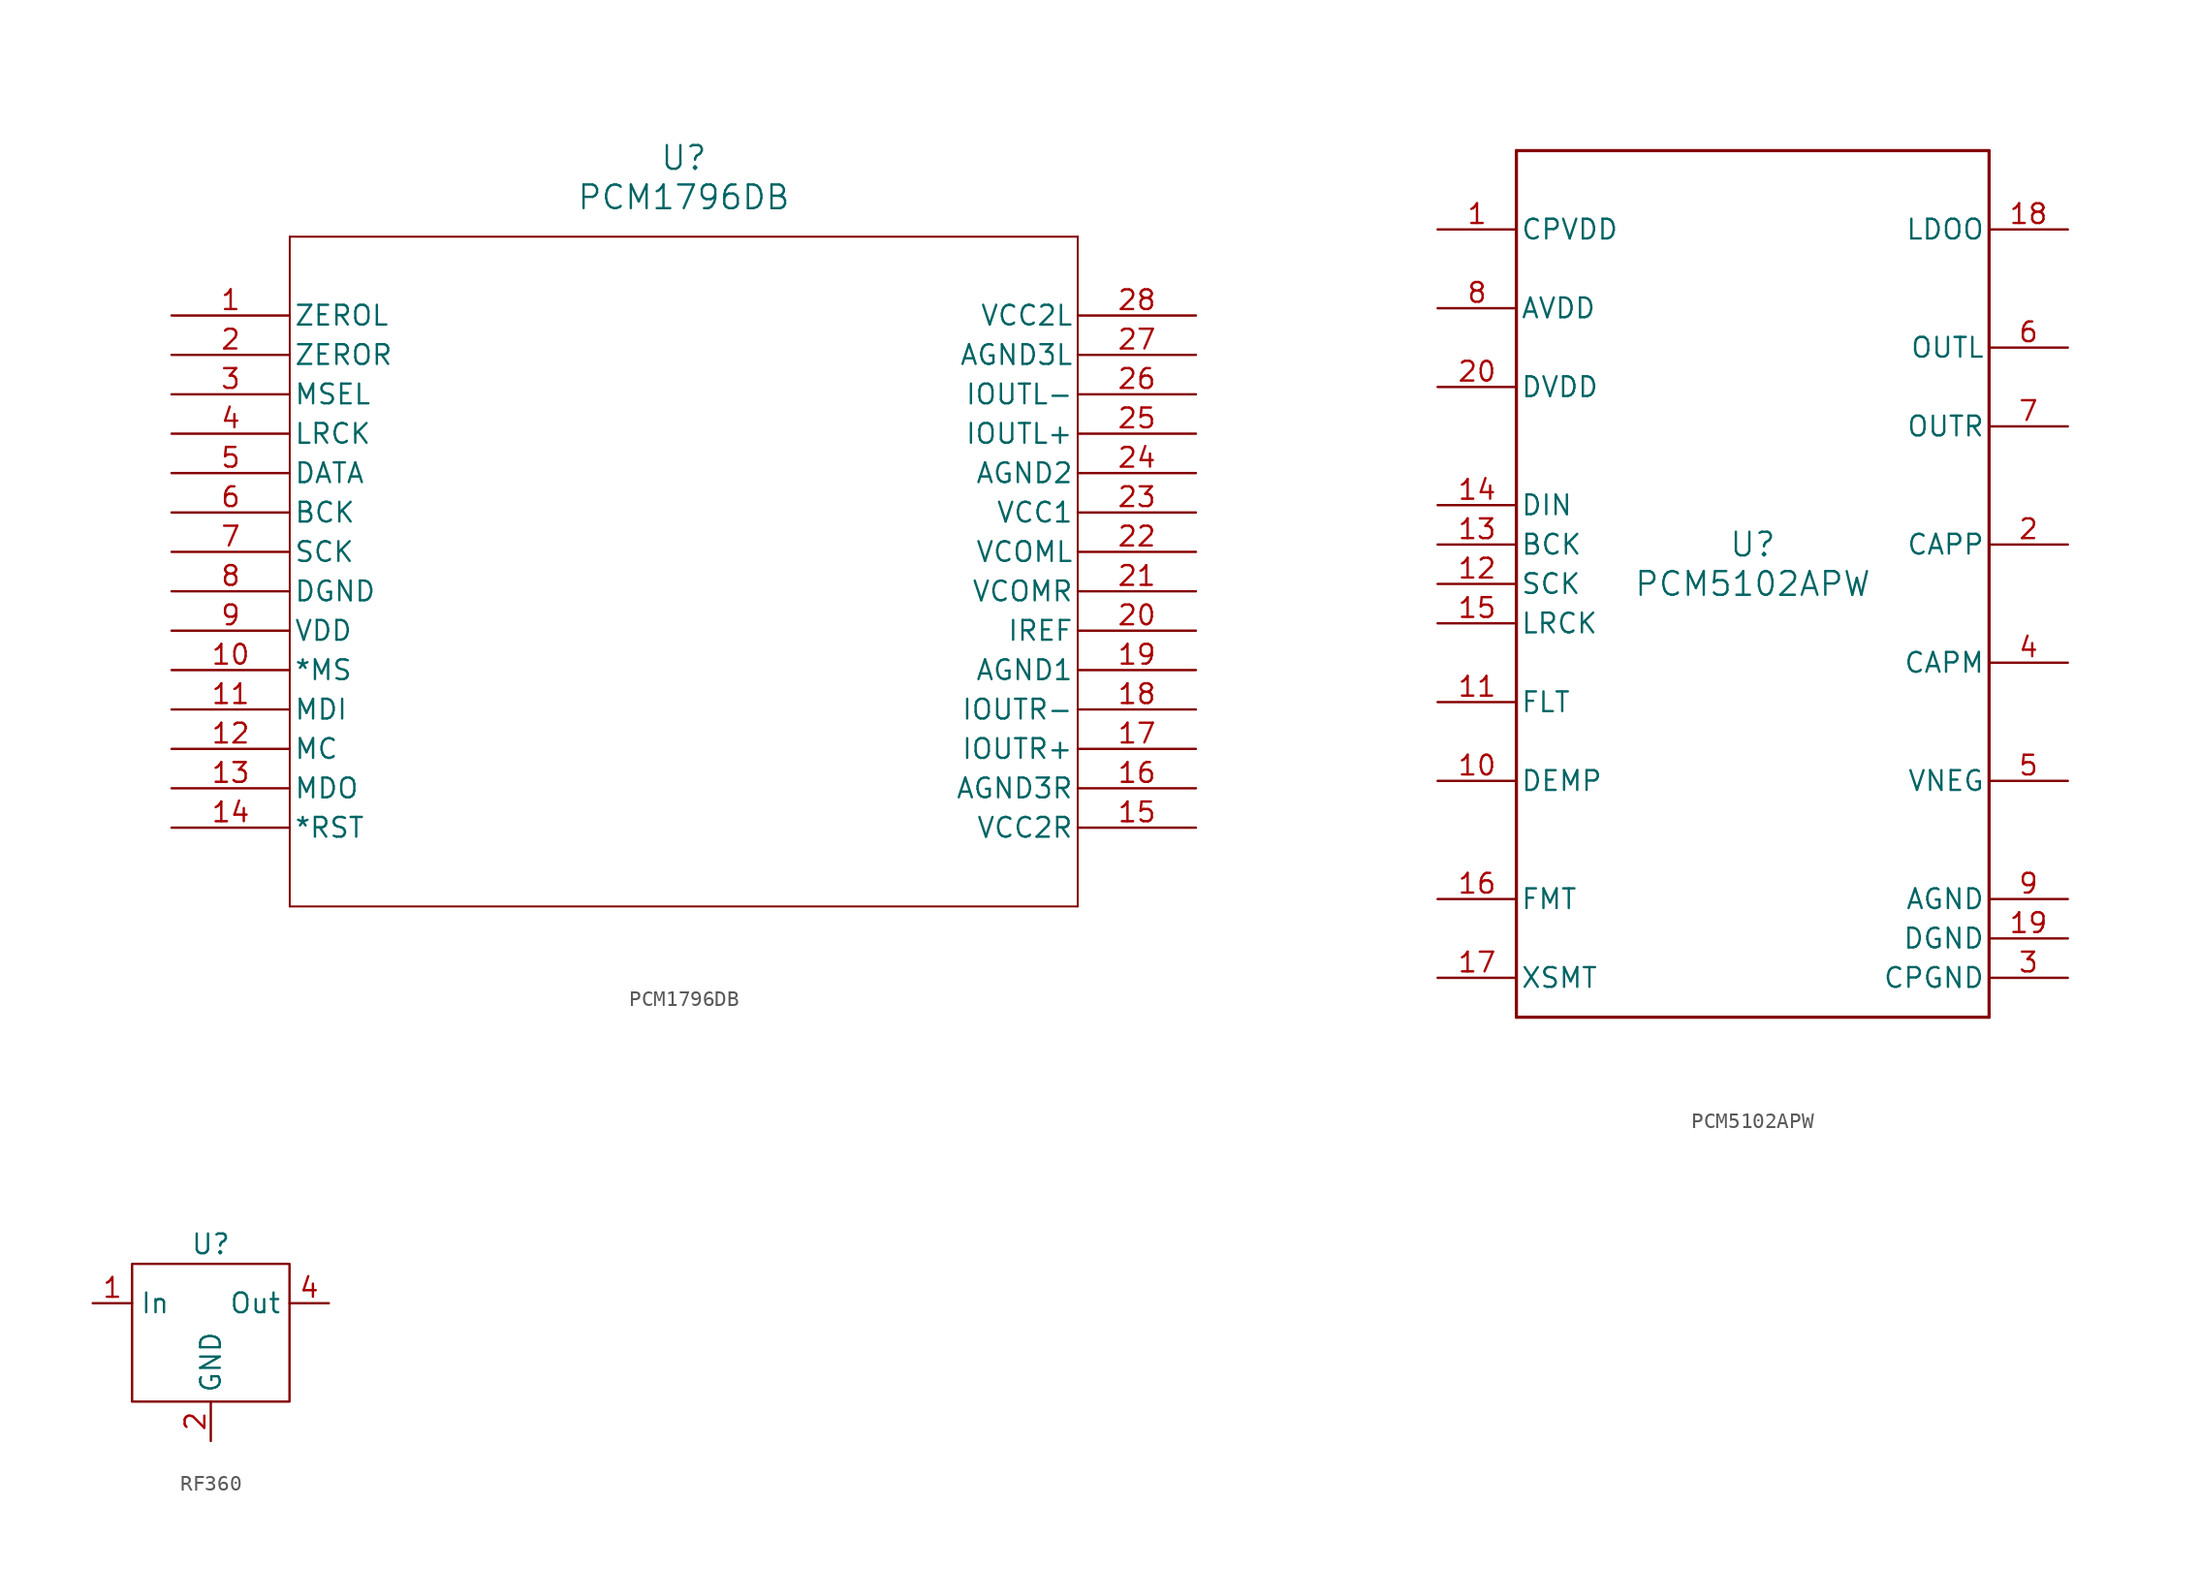
<source format=kicad_sym>
(kicad_symbol_lib
  (version 20241209)
  (generator "kicad_symbol_editor")
  (generator_version "9.0")
  (symbol "PCM1796DB"
    (pin_names
      (offset 0.254))
    (property "Reference" "U"
      (at 33.02 10.16 0)
      (effects (font (size 1.524 1.524))))
    (property "Value" "PCM1796DB"
      (at 33.02 7.62 0)
      (effects (font (size 1.524 1.524))))
    (property "ki_locked" ""
      (at 0 0 0)
      (effects (font (size 1.27 1.27))))
    (symbol "PCM1796DB_0_1"
      (polyline (pts (xy 7.62 5.08) (xy 7.62 -38.1)) (stroke (width 0.127) (type default)) (fill (type none)))
      (polyline (pts (xy 7.62 -38.1) (xy 58.42 -38.1)) (stroke (width 0.127) (type default)) (fill (type none)))
      (polyline (pts (xy 58.42 5.08) (xy 7.62 5.08)) (stroke (width 0.127) (type default)) (fill (type none)))
      (polyline (pts (xy 58.42 -38.1) (xy 58.42 5.08)) (stroke (width 0.127) (type default)) (fill (type none)))
      (pin bidirectional line (at 0 0 0) (length 7.62) (name "ZEROL" (effects (font (size 1.27 1.27)))) (number "1" (effects (font (size 1.27 1.27)))))
      (pin bidirectional line (at 0 -2.54 0) (length 7.62) (name "ZEROR" (effects (font (size 1.27 1.27)))) (number "2" (effects (font (size 1.27 1.27)))))
      (pin input line (at 0 -5.08 0) (length 7.62) (name "MSEL" (effects (font (size 1.27 1.27)))) (number "3" (effects (font (size 1.27 1.27)))))
      (pin input line (at 0 -7.62 0) (length 7.62) (name "LRCK" (effects (font (size 1.27 1.27)))) (number "4" (effects (font (size 1.27 1.27)))))
      (pin input line (at 0 -10.16 0) (length 7.62) (name "DATA" (effects (font (size 1.27 1.27)))) (number "5" (effects (font (size 1.27 1.27)))))
      (pin input line (at 0 -12.7 0) (length 7.62) (name "BCK" (effects (font (size 1.27 1.27)))) (number "6" (effects (font (size 1.27 1.27)))))
      (pin input line (at 0 -15.24 0) (length 7.62) (name "SCK" (effects (font (size 1.27 1.27)))) (number "7" (effects (font (size 1.27 1.27)))))
      (pin power_in line (at 0 -17.78 0) (length 7.62) (name "DGND" (effects (font (size 1.27 1.27)))) (number "8" (effects (font (size 1.27 1.27)))))
      (pin power_in line (at 0 -20.32 0) (length 7.62) (name "VDD" (effects (font (size 1.27 1.27)))) (number "9" (effects (font (size 1.27 1.27)))))
      (pin bidirectional line (at 0 -22.86 0) (length 7.62) (name "*MS" (effects (font (size 1.27 1.27)))) (number "10" (effects (font (size 1.27 1.27)))))
      (pin input line (at 0 -25.4 0) (length 7.62) (name "MDI" (effects (font (size 1.27 1.27)))) (number "11" (effects (font (size 1.27 1.27)))))
      (pin input line (at 0 -27.94 0) (length 7.62) (name "MC" (effects (font (size 1.27 1.27)))) (number "12" (effects (font (size 1.27 1.27)))))
      (pin bidirectional line (at 0 -30.48 0) (length 7.62) (name "MDO" (effects (font (size 1.27 1.27)))) (number "13" (effects (font (size 1.27 1.27)))))
      (pin input line (at 0 -33.02 0) (length 7.62) (name "*RST" (effects (font (size 1.27 1.27)))) (number "14" (effects (font (size 1.27 1.27)))))
      (pin power_in line (at 66.04 0 180) (length 7.62) (name "VCC2L" (effects (font (size 1.27 1.27)))) (number "28" (effects (font (size 1.27 1.27)))))
      (pin power_in line (at 66.04 -2.54 180) (length 7.62) (name "AGND3L" (effects (font (size 1.27 1.27)))) (number "27" (effects (font (size 1.27 1.27)))))
      (pin output line (at 66.04 -5.08 180) (length 7.62) (name "IOUTL-" (effects (font (size 1.27 1.27)))) (number "26" (effects (font (size 1.27 1.27)))))
      (pin output line (at 66.04 -7.62 180) (length 7.62) (name "IOUTL+" (effects (font (size 1.27 1.27)))) (number "25" (effects (font (size 1.27 1.27)))))
      (pin power_in line (at 66.04 -10.16 180) (length 7.62) (name "AGND2" (effects (font (size 1.27 1.27)))) (number "24" (effects (font (size 1.27 1.27)))))
      (pin power_in line (at 66.04 -12.7 180) (length 7.62) (name "VCC1" (effects (font (size 1.27 1.27)))) (number "23" (effects (font (size 1.27 1.27)))))
      (pin power_in line (at 66.04 -15.24 180) (length 7.62) (name "VCOML" (effects (font (size 1.27 1.27)))) (number "22" (effects (font (size 1.27 1.27)))))
      (pin power_in line (at 66.04 -17.78 180) (length 7.62) (name "VCOMR" (effects (font (size 1.27 1.27)))) (number "21" (effects (font (size 1.27 1.27)))))
      (pin power_in line (at 66.04 -20.32 180) (length 7.62) (name "IREF" (effects (font (size 1.27 1.27)))) (number "20" (effects (font (size 1.27 1.27)))))
      (pin power_in line (at 66.04 -22.86 180) (length 7.62) (name "AGND1" (effects (font (size 1.27 1.27)))) (number "19" (effects (font (size 1.27 1.27)))))
      (pin output line (at 66.04 -25.4 180) (length 7.62) (name "IOUTR-" (effects (font (size 1.27 1.27)))) (number "18" (effects (font (size 1.27 1.27)))))
      (pin output line (at 66.04 -27.94 180) (length 7.62) (name "IOUTR+" (effects (font (size 1.27 1.27)))) (number "17" (effects (font (size 1.27 1.27)))))
      (pin power_in line (at 66.04 -30.48 180) (length 7.62) (name "AGND3R" (effects (font (size 1.27 1.27)))) (number "16" (effects (font (size 1.27 1.27)))))
      (pin power_in line (at 66.04 -33.02 180) (length 7.62) (name "VCC2R" (effects (font (size 1.27 1.27)))) (number "15" (effects (font (size 1.27 1.27)))))))
  (symbol "PCM5102APW"
    (pin_names
      (offset 0.254))
    (property "Reference" "U"
      (at 0 2.54 0)
      (effects (font (size 1.524 1.524))))
    (property "Value" "PCM5102APW"
      (at 0 0 0)
      (effects (font (size 1.524 1.524))))
    (property "ki_locked" ""
      (at 0 0 0)
      (effects (font (size 1.27 1.27))))
    (symbol "PCM5102APW_0_1"
      (polyline (pts (xy -15.24 27.94) (xy -15.24 -27.94)) (stroke (width 0.203) (type default)) (fill (type none)))
      (polyline (pts (xy -15.24 -27.94) (xy 15.24 -27.94)) (stroke (width 0.203) (type default)) (fill (type none)))
      (polyline (pts (xy 15.24 27.94) (xy -15.24 27.94)) (stroke (width 0.203) (type default)) (fill (type none)))
      (polyline (pts (xy 15.24 -27.94) (xy 15.24 27.94)) (stroke (width 0.203) (type default)) (fill (type none)))
      (pin power_in line (at -20.32 22.86 0) (length 5.08) (name "CPVDD" (effects (font (size 1.27 1.27)))) (number "1" (effects (font (size 1.27 1.27)))))
      (pin power_in line (at -20.32 17.78 0) (length 5.08) (name "AVDD" (effects (font (size 1.27 1.27)))) (number "8" (effects (font (size 1.27 1.27)))))
      (pin power_in line (at -20.32 12.7 0) (length 5.08) (name "DVDD" (effects (font (size 1.27 1.27)))) (number "20" (effects (font (size 1.27 1.27)))))
      (pin input line (at -20.32 5.08 0) (length 5.08) (name "DIN" (effects (font (size 1.27 1.27)))) (number "14" (effects (font (size 1.27 1.27)))))
      (pin input line (at -20.32 2.54 0) (length 5.08) (name "BCK" (effects (font (size 1.27 1.27)))) (number "13" (effects (font (size 1.27 1.27)))))
      (pin input line (at -20.32 0 0) (length 5.08) (name "SCK" (effects (font (size 1.27 1.27)))) (number "12" (effects (font (size 1.27 1.27)))))
      (pin input line (at -20.32 -2.54 0) (length 5.08) (name "LRCK" (effects (font (size 1.27 1.27)))) (number "15" (effects (font (size 1.27 1.27)))))
      (pin input line (at -20.32 -7.62 0) (length 5.08) (name "FLT" (effects (font (size 1.27 1.27)))) (number "11" (effects (font (size 1.27 1.27)))))
      (pin input line (at -20.32 -12.7 0) (length 5.08) (name "DEMP" (effects (font (size 1.27 1.27)))) (number "10" (effects (font (size 1.27 1.27)))))
      (pin input line (at -20.32 -20.32 0) (length 5.08) (name "FMT" (effects (font (size 1.27 1.27)))) (number "16" (effects (font (size 1.27 1.27)))))
      (pin input line (at -20.32 -25.4 0) (length 5.08) (name "XSMT" (effects (font (size 1.27 1.27)))) (number "17" (effects (font (size 1.27 1.27)))))
      (pin power_in line (at 20.32 22.86 180) (length 5.08) (name "LDOO" (effects (font (size 1.27 1.27)))) (number "18" (effects (font (size 1.27 1.27)))))
      (pin output line (at 20.32 15.24 180) (length 5.08) (name "OUTL" (effects (font (size 1.27 1.27)))) (number "6" (effects (font (size 1.27 1.27)))))
      (pin output line (at 20.32 10.16 180) (length 5.08) (name "OUTR" (effects (font (size 1.27 1.27)))) (number "7" (effects (font (size 1.27 1.27)))))
      (pin output line (at 20.32 2.54 180) (length 5.08) (name "CAPP" (effects (font (size 1.27 1.27)))) (number "2" (effects (font (size 1.27 1.27)))))
      (pin output line (at 20.32 -5.08 180) (length 5.08) (name "CAPM" (effects (font (size 1.27 1.27)))) (number "4" (effects (font (size 1.27 1.27)))))
      (pin power_in line (at 20.32 -12.7 180) (length 5.08) (name "VNEG" (effects (font (size 1.27 1.27)))) (number "5" (effects (font (size 1.27 1.27)))))
      (pin power_in line (at 20.32 -20.32 180) (length 5.08) (name "AGND" (effects (font (size 1.27 1.27)))) (number "9" (effects (font (size 1.27 1.27)))))
      (pin power_in line (at 20.32 -22.86 180) (length 5.08) (name "DGND" (effects (font (size 1.27 1.27)))) (number "19" (effects (font (size 1.27 1.27)))))
      (pin power_in line (at 20.32 -25.4 180) (length 5.08) (name "CPGND" (effects (font (size 1.27 1.27)))) (number "3" (effects (font (size 1.27 1.27)))))))
  (symbol "RF360"
    (property "Reference" "U"
      (at 0 6.35 0)
      (effects (font (size 1.27 1.27))))
    (property "Value" ""
      (at 0 0 0)
      (effects (font (size 1.27 1.27))))
    (symbol "RF360_0_1"
      (rectangle (start -5.08 5.08) (end 5.08 -3.81) (stroke (width 0) (type default)) (fill (type none))))
    (symbol "RF360_1_1"
      (pin input line (at -7.62 2.54 0) (length 2.54) (name "In" (effects (font (size 1.27 1.27)))) (number "1" (effects (font (size 1.27 1.27)))))
      (pin input line (at 0 -6.35 90) (length 2.54) (name "GND" (effects (font (size 1.27 1.27)))) (number "2" (effects (font (size 1.27 1.27)))))
      (pin input line (at 0 -6.35 90) (length 2.54) (hide yes) (name "GND" (effects (font (size 1.27 1.27)))) (number "3" (effects (font (size 1.27 1.27)))))
      (pin input line (at 0 -6.35 90) (length 2.54) (hide yes) (name "GND" (effects (font (size 1.27 1.27)))) (number "5" (effects (font (size 1.27 1.27)))))
      (pin input line (at 7.62 2.54 180) (length 2.54) (name "Out" (effects (font (size 1.27 1.27)))) (number "4" (effects (font (size 1.27 1.27))))))))
</source>
